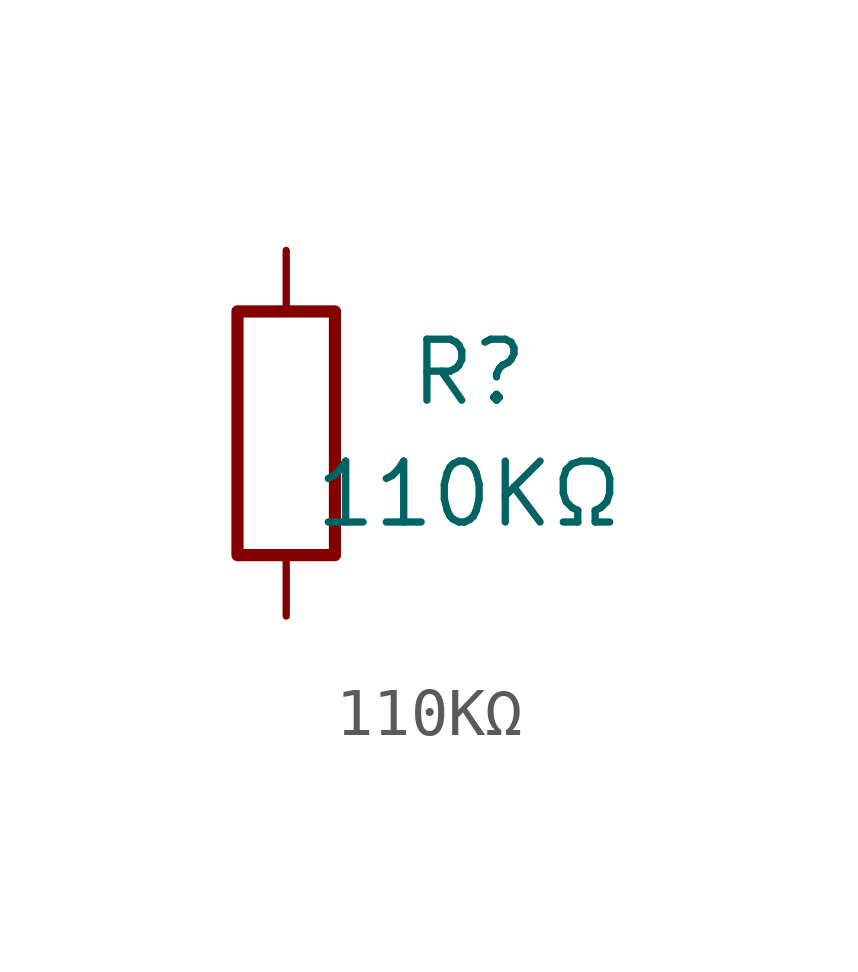
<source format=kicad_sym>
(kicad_symbol_lib
  (version 20241209)
  (generator "kicad_symbol_editor")
  (generator_version "9.0")
  (symbol "110KΩ"
    (pin_numbers
      (hide yes))
    (pin_names
      (offset 0))
    (property "Reference" "R"
      (at 3.81 1.27 0)
      (effects (font (size 1.27 1.27))))
    (property "Value" "110KΩ"
      (at 3.81 -1.27 0)
      (effects (font (size 1.27 1.27))))
    (symbol "110KΩ_0_1"
      (rectangle (start -1.016 -2.54) (end 1.016 2.54) (stroke (width 0.254) (type solid)) (fill (type none))))
    (symbol "110KΩ_1_1"
      (pin passive line (at 0 3.81 270) (length 1.27) (name "~" (effects (font (size 1.27 1.27)))) (number "1" (effects (font (size 1.27 1.27)))))
      (pin passive line (at 0 -3.81 90) (length 1.27) (name "~" (effects (font (size 1.27 1.27)))) (number "2" (effects (font (size 1.27 1.27))))))))
</source>
